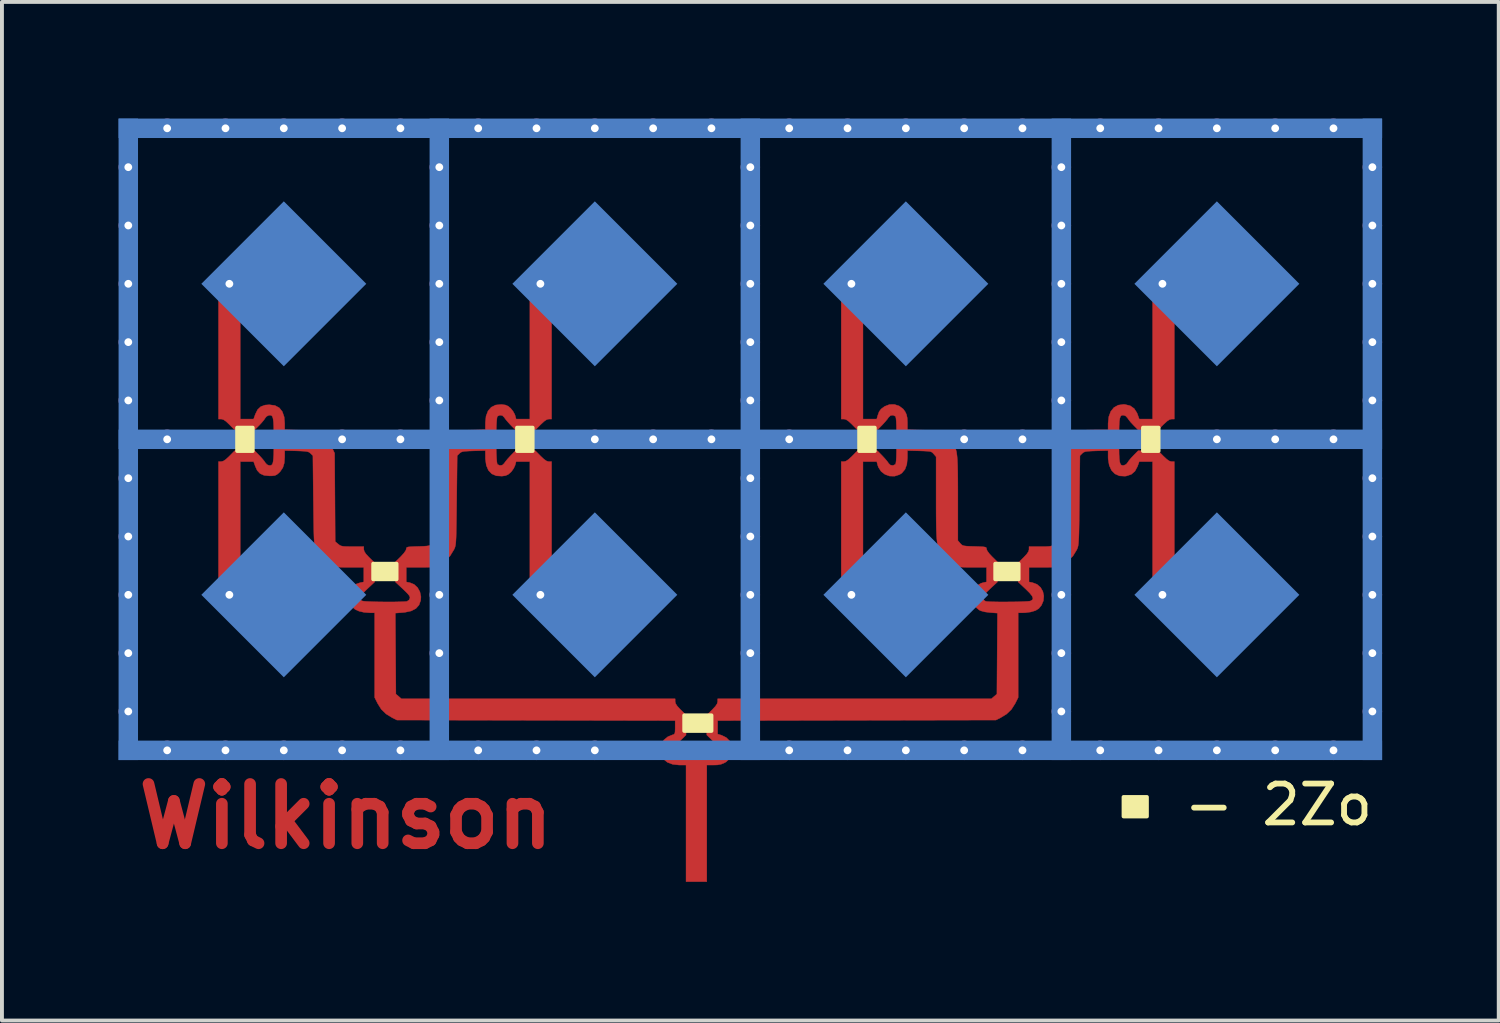
<source format=kicad_pcb>
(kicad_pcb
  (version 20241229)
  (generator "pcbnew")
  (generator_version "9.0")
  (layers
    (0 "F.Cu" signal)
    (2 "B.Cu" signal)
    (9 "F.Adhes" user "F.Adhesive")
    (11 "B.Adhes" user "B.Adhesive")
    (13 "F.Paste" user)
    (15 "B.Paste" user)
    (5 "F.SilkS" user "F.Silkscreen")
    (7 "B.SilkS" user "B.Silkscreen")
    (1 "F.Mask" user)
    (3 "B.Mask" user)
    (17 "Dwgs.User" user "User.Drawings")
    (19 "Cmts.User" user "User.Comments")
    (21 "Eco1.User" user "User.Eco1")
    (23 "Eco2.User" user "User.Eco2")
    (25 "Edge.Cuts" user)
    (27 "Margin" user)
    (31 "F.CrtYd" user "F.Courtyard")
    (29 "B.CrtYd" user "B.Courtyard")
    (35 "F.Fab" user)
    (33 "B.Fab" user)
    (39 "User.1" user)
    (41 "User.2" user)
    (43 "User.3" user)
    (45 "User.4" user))
  (footprint "Wilkinson"
    (layer "F.Cu")
    (at 14.85 11.95)
    (property "Reference" "Wilkinson" (at -9 6 0) (layer "F.Cu") (effects (font (size 1.524 1.524) (thickness 0.3))))
    (attr through_hole)
    (fp_poly (pts (xy -11.721 -4.221) (xy -11.377 -4.221) (xy -11.332 -4.346) (xy -11.274 -4.464) (xy -11.192 -4.541) (xy -11.081 -4.581) (xy -10.971 -4.589) (xy -10.828 -4.57) (xy -10.716 -4.51) (xy -10.638 -4.412) (xy -10.591 -4.275) (xy -10.577 -4.113) (xy -10.577 -3.946) (xy -10.202 -3.936) (xy -10.051 -3.932) (xy -9.94 -3.926) (xy -9.86 -3.917) (xy -9.8 -3.904) (xy -9.75 -3.886) (xy -9.72 -3.87) (xy -9.562 -3.759) (xy -9.431 -3.61) (xy -9.36 -3.485) (xy -9.293 -3.343) (xy -9.285 -2.207) (xy -9.278 -1.07) (xy -9.201 -1.006) (xy -9.164 -0.977) (xy -9.127 -0.959) (xy -9.078 -0.948) (xy -9.005 -0.943) (xy -8.899 -0.941) (xy -8.833 -0.941) (xy -8.543 -0.941) (xy -8.543 -0.87) (xy -8.53 -0.817) (xy -8.489 -0.753) (xy -8.412 -0.67) (xy -8.403 -0.661) (xy -8.263 -0.523) (xy -8.263 -0.03) (xy -8.454 0.148) (xy -8.557 0.25) (xy -8.62 0.328) (xy -8.643 0.386) (xy -8.63 0.428) (xy -8.581 0.458) (xy -8.579 0.458) (xy -8.535 0.465) (xy -8.45 0.471) (xy -8.333 0.476) (xy -8.195 0.48) (xy -8.044 0.482) (xy -7.89 0.483) (xy -7.744 0.482) (xy -7.614 0.479) (xy -7.511 0.475) (xy -7.444 0.47) (xy -7.43 0.467) (xy -7.379 0.432) (xy -7.358 0.391) (xy -7.356 0.358) (xy -7.373 0.321) (xy -7.413 0.271) (xy -7.483 0.201) (xy -7.536 0.15) (xy -7.729 -0.03) (xy -7.729 -0.548) (xy -7.589 -0.686) (xy -7.512 -0.771) (xy -7.463 -0.84) (xy -7.45 -0.881) (xy -7.447 -0.904) (xy -7.435 -0.92) (xy -7.403 -0.931) (xy -7.345 -0.937) (xy -7.25 -0.942) (xy -7.145 -0.945) (xy -7.014 -0.949) (xy -6.924 -0.955) (xy -6.864 -0.965) (xy -6.824 -0.979) (xy -6.793 -1.001) (xy -6.783 -1.011) (xy -6.725 -1.069) (xy -6.712 -2.219) (xy -6.709 -2.491) (xy -6.706 -2.717) (xy -6.704 -2.902) (xy -6.7 -3.05) (xy -6.697 -3.167) (xy -6.692 -3.256) (xy -6.687 -3.324) (xy -6.68 -3.375) (xy -6.671 -3.413) (xy -6.661 -3.444) (xy -6.648 -3.473) (xy -6.643 -3.483) (xy -6.539 -3.652) (xy -6.41 -3.781) (xy -6.302 -3.853) (xy -6.246 -3.882) (xy -6.197 -3.903) (xy -6.143 -3.917) (xy -6.073 -3.926) (xy -5.978 -3.932) (xy -5.846 -3.936) (xy -5.791 -3.937) (xy -5.416 -3.946) (xy -5.415 -4.128) (xy -5.398 -4.297) (xy -5.347 -4.43) (xy -5.264 -4.526) (xy -5.151 -4.582) (xy -5.009 -4.596) (xy -4.989 -4.595) (xy -4.896 -4.582) (xy -4.828 -4.551) (xy -4.766 -4.499) (xy -4.706 -4.425) (xy -4.66 -4.343) (xy -4.651 -4.317) (xy -4.625 -4.221) (xy -4.271 -4.221) (xy -4.271 -7.678) (xy -3.712 -7.678) (xy -3.712 -4.221) (xy -3.783 -4.221) (xy -3.836 -4.208) (xy -3.9 -4.166) (xy -3.983 -4.089) (xy -3.992 -4.081) (xy -4.13 -3.941) (xy -4.642 -3.941) (xy -4.772 -4.074) (xy -4.84 -4.149) (xy -4.897 -4.217) (xy -4.93 -4.264) (xy -4.931 -4.265) (xy -4.978 -4.311) (xy -5.044 -4.321) (xy -5.104 -4.293) (xy -5.105 -4.292) (xy -5.116 -4.257) (xy -5.124 -4.179) (xy -5.131 -4.069) (xy -5.135 -3.935) (xy -5.137 -3.785) (xy -5.138 -3.629) (xy -5.136 -3.476) (xy -5.133 -3.334) (xy -5.127 -3.212) (xy -5.12 -3.12) (xy -5.11 -3.065) (xy -5.105 -3.056) (xy -5.046 -3.027) (xy -4.98 -3.036) (xy -4.931 -3.081) (xy -4.931 -3.083) (xy -4.898 -3.129) (xy -4.842 -3.197) (xy -4.773 -3.272) (xy -4.772 -3.274) (xy -4.642 -3.407) (xy -4.13 -3.407) (xy -3.992 -3.267) (xy -3.906 -3.187) (xy -3.841 -3.142) (xy -3.787 -3.127) (xy -3.783 -3.127) (xy -3.712 -3.127) (xy -3.712 0.331) (xy -4.271 0.331) (xy -4.271 -3.127) (xy -4.625 -3.127) (xy -4.651 -3.031) (xy -4.687 -2.953) (xy -4.743 -2.873) (xy -4.766 -2.849) (xy -4.833 -2.793) (xy -4.902 -2.765) (xy -4.989 -2.753) (xy -5.134 -2.762) (xy -5.251 -2.812) (xy -5.337 -2.903) (xy -5.392 -3.032) (xy -5.415 -3.197) (xy -5.415 -3.225) (xy -5.416 -3.411) (xy -5.72 -3.403) (xy -5.851 -3.398) (xy -5.942 -3.392) (xy -6.002 -3.383) (xy -6.042 -3.368) (xy -6.072 -3.347) (xy -6.082 -3.336) (xy -6.14 -3.279) (xy -6.153 -2.129) (xy -6.156 -1.857) (xy -6.159 -1.631) (xy -6.162 -1.446) (xy -6.165 -1.298) (xy -6.168 -1.182) (xy -6.173 -1.092) (xy -6.178 -1.024) (xy -6.185 -0.973) (xy -6.194 -0.935) (xy -6.204 -0.904) (xy -6.217 -0.876) (xy -6.223 -0.864) (xy -6.323 -0.701) (xy -6.443 -0.577) (xy -6.59 -0.485) (xy -6.654 -0.454) (xy -6.709 -0.432) (xy -6.766 -0.418) (xy -6.836 -0.411) (xy -6.931 -0.408) (xy -7.063 -0.407) (xy -7.098 -0.407) (xy -7.45 -0.407) (xy -7.45 -0.031) (xy -7.36 -0.014) (xy -7.249 0.031) (xy -7.16 0.113) (xy -7.099 0.223) (xy -7.073 0.349) (xy -7.079 0.442) (xy -7.122 0.562) (xy -7.203 0.653) (xy -7.323 0.715) (xy -7.485 0.75) (xy -7.542 0.756) (xy -7.731 0.77) (xy -7.724 1.811) (xy -7.717 2.852) (xy -7.645 2.913) (xy -7.574 2.975) (xy -0.534 2.975) (xy -0.534 3.046) (xy -0.521 3.099) (xy -0.48 3.162) (xy -0.403 3.246) (xy -0.394 3.254) (xy -0.254 3.393) (xy -0.254 3.905) (xy -0.379 4.027) (xy -0.451 4.095) (xy -0.519 4.15) (xy -0.563 4.179) (xy -0.614 4.228) (xy -0.633 4.295) (xy -0.612 4.358) (xy -0.609 4.362) (xy -0.573 4.375) (xy -0.496 4.385) (xy -0.385 4.393) (xy -0.25 4.399) (xy -0.1 4.402) (xy 0.057 4.403) (xy 0.211 4.401) (xy 0.353 4.396) (xy 0.476 4.389) (xy 0.569 4.38) (xy 0.624 4.368) (xy 0.634 4.362) (xy 0.658 4.299) (xy 0.642 4.232) (xy 0.592 4.181) (xy 0.588 4.179) (xy 0.539 4.146) (xy 0.471 4.089) (xy 0.404 4.027) (xy 0.28 3.905) (xy 0.28 3.393) (xy 0.42 3.254) (xy 0.5 3.169) (xy 0.544 3.104) (xy 0.559 3.05) (xy 0.559 3.046) (xy 0.559 2.975) (xy 7.599 2.975) (xy 7.671 2.913) (xy 7.742 2.852) (xy 7.749 1.811) (xy 7.756 0.77) (xy 7.564 0.756) (xy 7.432 0.739) (xy 7.328 0.711) (xy 7.29 0.693) (xy 7.188 0.609) (xy 7.124 0.503) (xy 7.097 0.387) (xy 7.105 0.27) (xy 7.148 0.16) (xy 7.223 0.068) (xy 7.329 0.004) (xy 7.397 -0.016) (xy 7.475 -0.032) (xy 7.475 -0.407) (xy 7.121 -0.407) (xy 6.98 -0.407) (xy 6.878 -0.41) (xy 6.804 -0.416) (xy 6.746 -0.428) (xy 6.693 -0.447) (xy 6.633 -0.476) (xy 6.607 -0.49) (xy 6.459 -0.586) (xy 6.353 -0.697) (xy 6.313 -0.751) (xy 6.28 -0.804) (xy 6.253 -0.859) (xy 6.231 -0.921) (xy 6.214 -0.996) (xy 6.201 -1.09) (xy 6.191 -1.205) (xy 6.185 -1.349) (xy 6.181 -1.525) (xy 6.179 -1.739) (xy 6.178 -1.995) (xy 6.178 -2.18) (xy 6.178 -3.252) (xy 6.117 -3.323) (xy 6.089 -3.353) (xy 6.06 -3.374) (xy 6.02 -3.387) (xy 5.958 -3.394) (xy 5.865 -3.399) (xy 5.748 -3.403) (xy 5.441 -3.411) (xy 5.441 -3.225) (xy 5.425 -3.057) (xy 5.378 -2.928) (xy 5.298 -2.832) (xy 5.238 -2.793) (xy 5.112 -2.752) (xy 4.984 -2.755) (xy 4.864 -2.797) (xy 4.764 -2.874) (xy 4.694 -2.982) (xy 4.677 -3.031) (xy 4.651 -3.127) (xy 4.297 -3.127) (xy 4.297 0.331) (xy 3.738 0.331) (xy 3.738 -3.127) (xy 3.808 -3.127) (xy 3.861 -3.14) (xy 3.925 -3.182) (xy 4.009 -3.259) (xy 4.017 -3.267) (xy 4.155 -3.407) (xy 4.667 -3.407) (xy 4.797 -3.274) (xy 4.866 -3.199) (xy 4.923 -3.131) (xy 4.956 -3.084) (xy 4.956 -3.083) (xy 5.004 -3.037) (xy 5.069 -3.027) (xy 5.129 -3.055) (xy 5.131 -3.056) (xy 5.142 -3.084) (xy 5.15 -3.147) (xy 5.156 -3.247) (xy 5.159 -3.39) (xy 5.161 -3.578) (xy 5.161 -3.674) (xy 5.16 -3.883) (xy 5.158 -4.044) (xy 5.153 -4.163) (xy 5.146 -4.241) (xy 5.136 -4.284) (xy 5.131 -4.292) (xy 5.071 -4.321) (xy 5.006 -4.312) (xy 4.957 -4.267) (xy 4.956 -4.265) (xy 4.924 -4.219) (xy 4.867 -4.151) (xy 4.799 -4.076) (xy 4.797 -4.074) (xy 4.667 -3.941) (xy 4.155 -3.941) (xy 4.017 -4.081) (xy 3.932 -4.161) (xy 3.866 -4.206) (xy 3.813 -4.221) (xy 3.808 -4.221) (xy 3.738 -4.221) (xy 3.738 -7.678) (xy 4.297 -7.678) (xy 4.297 -4.221) (xy 4.651 -4.221) (xy 4.678 -4.316) (xy 4.713 -4.412) (xy 4.765 -4.481) (xy 4.848 -4.542) (xy 4.857 -4.548) (xy 4.979 -4.595) (xy 5.106 -4.597) (xy 5.227 -4.558) (xy 5.331 -4.48) (xy 5.383 -4.409) (xy 5.417 -4.335) (xy 5.435 -4.25) (xy 5.441 -4.136) (xy 5.441 -4.128) (xy 5.441 -3.946) (xy 5.816 -3.937) (xy 5.963 -3.933) (xy 6.07 -3.928) (xy 6.147 -3.921) (xy 6.205 -3.909) (xy 6.255 -3.89) (xy 6.307 -3.864) (xy 6.329 -3.852) (xy 6.43 -3.783) (xy 6.526 -3.696) (xy 6.564 -3.653) (xy 6.603 -3.602) (xy 6.636 -3.553) (xy 6.664 -3.502) (xy 6.685 -3.444) (xy 6.703 -3.374) (xy 6.715 -3.287) (xy 6.725 -3.178) (xy 6.731 -3.042) (xy 6.735 -2.874) (xy 6.737 -2.669) (xy 6.738 -2.422) (xy 6.738 -2.183) (xy 6.738 -1.096) (xy 6.799 -1.025) (xy 6.827 -0.995) (xy 6.856 -0.974) (xy 6.896 -0.961) (xy 6.958 -0.953) (xy 7.052 -0.948) (xy 7.168 -0.945) (xy 7.297 -0.941) (xy 7.384 -0.936) (xy 7.436 -0.929) (xy 7.464 -0.918) (xy 7.474 -0.9) (xy 7.475 -0.881) (xy 7.494 -0.831) (xy 7.548 -0.758) (xy 7.615 -0.686) (xy 7.755 -0.548) (xy 7.755 -0.03) (xy 7.561 0.15) (xy 7.473 0.235) (xy 7.417 0.295) (xy 7.388 0.339) (xy 7.38 0.373) (xy 7.383 0.391) (xy 7.417 0.445) (xy 7.456 0.467) (xy 7.506 0.473) (xy 7.597 0.478) (xy 7.717 0.481) (xy 7.858 0.483) (xy 8.01 0.482) (xy 8.163 0.481) (xy 8.308 0.478) (xy 8.434 0.473) (xy 8.532 0.468) (xy 8.593 0.461) (xy 8.605 0.458) (xy 8.655 0.428) (xy 8.669 0.387) (xy 8.646 0.329) (xy 8.584 0.252) (xy 8.482 0.15) (xy 8.479 0.148) (xy 8.289 -0.03) (xy 8.289 -0.523) (xy 8.429 -0.661) (xy 8.509 -0.747) (xy 8.553 -0.812) (xy 8.568 -0.865) (xy 8.568 -0.87) (xy 8.568 -0.941) (xy 8.859 -0.941) (xy 8.986 -0.941) (xy 9.073 -0.945) (xy 9.131 -0.953) (xy 9.173 -0.968) (xy 9.208 -0.991) (xy 9.226 -1.006) (xy 9.303 -1.07) (xy 9.311 -2.207) (xy 9.318 -3.343) (xy 9.385 -3.486) (xy 9.482 -3.641) (xy 9.61 -3.773) (xy 9.757 -3.869) (xy 9.808 -3.89) (xy 9.878 -3.913) (xy 9.955 -3.928) (xy 10.051 -3.937) (xy 10.178 -3.94) (xy 10.273 -3.941) (xy 10.602 -3.941) (xy 10.602 -4.111) (xy 10.62 -4.281) (xy 10.671 -4.418) (xy 10.752 -4.518) (xy 10.862 -4.579) (xy 10.997 -4.598) (xy 11.036 -4.596) (xy 11.171 -4.563) (xy 11.273 -4.491) (xy 11.345 -4.379) (xy 11.358 -4.346) (xy 11.403 -4.221) (xy 11.747 -4.221) (xy 11.747 -7.678) (xy 12.306 -7.678) (xy 12.306 -4.221) (xy 12.235 -4.221) (xy 12.182 -4.208) (xy 12.118 -4.166) (xy 12.035 -4.089) (xy 12.026 -4.081) (xy 11.888 -3.941) (xy 11.376 -3.941) (xy 11.254 -4.065) (xy 11.186 -4.138) (xy 11.131 -4.206) (xy 11.101 -4.25) (xy 11.056 -4.299) (xy 11.01 -4.318) (xy 10.971 -4.32) (xy 10.941 -4.311) (xy 10.919 -4.284) (xy 10.903 -4.234) (xy 10.892 -4.155) (xy 10.886 -4.043) (xy 10.883 -3.892) (xy 10.882 -3.695) (xy 10.882 -3.674) (xy 10.883 -3.473) (xy 10.885 -3.318) (xy 10.891 -3.202) (xy 10.901 -3.121) (xy 10.917 -3.068) (xy 10.939 -3.039) (xy 10.968 -3.028) (xy 11.006 -3.029) (xy 11.01 -3.03) (xy 11.068 -3.058) (xy 11.101 -3.098) (xy 11.134 -3.147) (xy 11.191 -3.216) (xy 11.254 -3.283) (xy 11.376 -3.407) (xy 11.888 -3.407) (xy 12.026 -3.267) (xy 12.112 -3.187) (xy 12.177 -3.142) (xy 12.231 -3.127) (xy 12.235 -3.127) (xy 12.306 -3.127) (xy 12.306 0.331) (xy 11.747 0.331) (xy 11.747 -3.127) (xy 11.403 -3.127) (xy 11.358 -3.002) (xy 11.293 -2.88) (xy 11.199 -2.799) (xy 11.072 -2.757) (xy 11.034 -2.752) (xy 10.894 -2.76) (xy 10.779 -2.811) (xy 10.69 -2.902) (xy 10.631 -3.03) (xy 10.604 -3.191) (xy 10.602 -3.239) (xy 10.602 -3.411) (xy 10.298 -3.403) (xy 10.167 -3.398) (xy 10.076 -3.392) (xy 10.016 -3.383) (xy 9.976 -3.368) (xy 9.946 -3.347) (xy 9.936 -3.336) (xy 9.878 -3.279) (xy 9.865 -2.129) (xy 9.862 -1.856) (xy 9.859 -1.63) (xy 9.856 -1.444) (xy 9.853 -1.296) (xy 9.849 -1.178) (xy 9.844 -1.088) (xy 9.839 -1.019) (xy 9.832 -0.967) (xy 9.823 -0.928) (xy 9.813 -0.896) (xy 9.8 -0.867) (xy 9.799 -0.863) (xy 9.697 -0.697) (xy 9.56 -0.565) (xy 9.427 -0.484) (xy 9.363 -0.453) (xy 9.308 -0.432) (xy 9.252 -0.418) (xy 9.181 -0.411) (xy 9.085 -0.408) (xy 8.953 -0.407) (xy 8.92 -0.407) (xy 8.568 -0.407) (xy 8.568 -0.031) (xy 8.655 -0.015) (xy 8.774 0.03) (xy 8.865 0.109) (xy 8.924 0.212) (xy 8.949 0.329) (xy 8.938 0.451) (xy 8.889 0.568) (xy 8.819 0.653) (xy 8.736 0.704) (xy 8.617 0.74) (xy 8.474 0.76) (xy 8.409 0.762) (xy 8.289 0.763) (xy 8.289 2.941) (xy 8.211 3.097) (xy 8.115 3.248) (xy 7.991 3.367) (xy 7.832 3.464) (xy 7.717 3.521) (xy 0.559 3.535) (xy 0.559 3.882) (xy 0.658 3.911) (xy 0.779 3.97) (xy 0.868 4.058) (xy 0.922 4.165) (xy 0.941 4.282) (xy 0.924 4.4) (xy 0.87 4.507) (xy 0.777 4.597) (xy 0.737 4.62) (xy 0.649 4.657) (xy 0.551 4.675) (xy 0.454 4.678) (xy 0.28 4.678) (xy 0.28 7.678) (xy -0.254 7.678) (xy -0.254 4.678) (xy -0.428 4.678) (xy -0.596 4.66) (xy -0.732 4.609) (xy -0.833 4.527) (xy -0.895 4.416) (xy -0.915 4.288) (xy -0.892 4.15) (xy -0.826 4.035) (xy -0.721 3.949) (xy -0.604 3.902) (xy -0.567 3.89) (xy -0.546 3.869) (xy -0.537 3.827) (xy -0.534 3.752) (xy -0.534 3.71) (xy -0.534 3.535) (xy -4.113 3.528) (xy -7.691 3.521) (xy -7.806 3.464) (xy -7.969 3.364) (xy -8.093 3.244) (xy -8.185 3.097) (xy -8.263 2.941) (xy -8.263 0.763) (xy -8.384 0.762) (xy -8.533 0.751) (xy -8.664 0.721) (xy -8.763 0.676) (xy -8.793 0.653) (xy -8.876 0.547) (xy -8.918 0.428) (xy -8.922 0.306) (xy -8.89 0.191) (xy -8.825 0.092) (xy -8.729 0.019) (xy -8.629 -0.015) (xy -8.543 -0.031) (xy -8.543 -0.407) (xy -8.895 -0.407) (xy -9.036 -0.407) (xy -9.139 -0.41) (xy -9.213 -0.416) (xy -9.272 -0.429) (xy -9.326 -0.448) (xy -9.387 -0.477) (xy -9.402 -0.484) (xy -9.569 -0.592) (xy -9.698 -0.732) (xy -9.773 -0.863) (xy -9.786 -0.892) (xy -9.797 -0.924) (xy -9.805 -0.962) (xy -9.813 -1.012) (xy -9.818 -1.078) (xy -9.823 -1.166) (xy -9.827 -1.28) (xy -9.83 -1.425) (xy -9.833 -1.606) (xy -9.836 -1.827) (xy -9.839 -2.094) (xy -9.84 -2.129) (xy -9.852 -3.279) (xy -9.91 -3.336) (xy -9.939 -3.361) (xy -9.974 -3.378) (xy -10.026 -3.389) (xy -10.104 -3.396) (xy -10.219 -3.401) (xy -10.273 -3.403) (xy -10.577 -3.411) (xy -10.577 -3.243) (xy -10.588 -3.091) (xy -10.624 -2.973) (xy -10.69 -2.874) (xy -10.728 -2.835) (xy -10.78 -2.792) (xy -10.831 -2.769) (xy -10.901 -2.76) (xy -10.966 -2.759) (xy -11.106 -2.773) (xy -11.21 -2.819) (xy -11.286 -2.901) (xy -11.332 -3.002) (xy -11.377 -3.127) (xy -11.721 -3.127) (xy -11.721 0.331) (xy -12.28 0.331) (xy -12.28 -3.127) (xy -12.21 -3.127) (xy -12.157 -3.14) (xy -12.093 -3.182) (xy -12.009 -3.259) (xy -12.001 -3.267) (xy -11.863 -3.407) (xy -11.351 -3.407) (xy -11.228 -3.283) (xy -11.161 -3.21) (xy -11.105 -3.142) (xy -11.076 -3.098) (xy -11.031 -3.049) (xy -10.985 -3.03) (xy -10.946 -3.027) (xy -10.916 -3.037) (xy -10.893 -3.064) (xy -10.877 -3.114) (xy -10.867 -3.193) (xy -10.86 -3.305) (xy -10.857 -3.456) (xy -10.857 -3.653) (xy -10.857 -3.674) (xy -10.857 -3.875) (xy -10.86 -4.03) (xy -10.866 -4.146) (xy -10.876 -4.227) (xy -10.891 -4.28) (xy -10.913 -4.309) (xy -10.943 -4.32) (xy -10.98 -4.319) (xy -10.985 -4.318) (xy -11.043 -4.29) (xy -11.076 -4.25) (xy -11.109 -4.201) (xy -11.166 -4.132) (xy -11.228 -4.065) (xy -11.351 -3.941) (xy -11.863 -3.941) (xy -12.001 -4.081) (xy -12.086 -4.161) (xy -12.152 -4.206) (xy -12.205 -4.221) (xy -12.21 -4.221) (xy -12.28 -4.221) (xy -12.28 -7.678) (xy -11.721 -7.678) (xy -11.721 -4.221)) (stroke (width 0.01) (type solid)) (fill yes) (layer "F.Cu"))
    (fp_poly (pts (xy -11 -5.3) (xy -9.9 -4.5) (xy -9.4 -4.5) (xy -8.9 -4) (xy -8.9 -1.4) (xy -8.5 -1.4) (xy -8.5 0.1) (xy -7.5 0.1) (xy -7.5 -1.4) (xy -7.1 -1.4) (xy -7.1 -4) (xy -6.5 -4.5) (xy -5.9 -4.5) (xy -4.9 -5.2) (xy -4.9 -8.6) (xy -3.2 -8.6) (xy -3.2 -4) (xy -3.7 -4.4) (xy -4.8 -4.4) (xy -4.8 -3) (xy -3.7 -3) (xy -3.2 -3.4) (xy -3.2 1.1) (xy -4.7 1.1) (xy -4.7 -2.1) (xy -5.7 -2.7) (xy -5.7 -0.6) (xy -7.2 1.5) (xy -7.2 2.6) (xy -0.5 2.6) (xy -0.5 4) (xy 0.6 4) (xy 0.6 2.6) (xy 7.2 2.6) (xy 7.2 1.6) (xy 5.8 -0.6) (xy 5.8 -2.8) (xy 4.8 -2.1) (xy 4.8 1) (xy 3.1 1) (xy 3.1 -3.4) (xy 3.7 -3) (xy 4.8 -3) (xy 4.8 -4.4) (xy 3.7 -4.4) (xy 3.1 -4) (xy 3.1 -8.5) (xy 5 -8.5) (xy 5 -5.2) (xy 5.9 -4.5) (xy 6.5 -4.5) (xy 7.2 -3.8) (xy 7.2 -1.3) (xy 7.5 -1.3) (xy 7.5 0.1) (xy 8.5 0.1) (xy 8.5 -1.3) (xy 8.9 -1.3) (xy 8.9 -3.6) (xy 9.6 -4.3) (xy 10.2 -4.3) (xy 11 -5.2) (xy 11 -8.4) (xy 13.1 -8.4) (xy 13.1 -4) (xy 12.3 -4.4) (xy 11.2 -4.4) (xy 11.2 -3) (xy 12.3 -3) (xy 13.1 -3.4) (xy 13.1 1.2) (xy 11.2 1.2) (xy 11.2 -2.2) (xy 10.3 -2.6) (xy 10.3 -0.7) (xy 8.8 1.6) (xy 8.8 3.7) (xy 8.3 4.2) (xy 1.8 4.2) (xy 0.69 5.2) (xy 0.69 8.2) (xy -0.69 8.2) (xy -0.69 5.16) (xy -1.7 4.1) (xy -8.1 4.1) (xy -8.9 3.3) (xy -8.9 1.2) (xy -10.2 -0.6) (xy -10.2 -2.7) (xy -11.1 -2.1) (xy -11.1 1.1) (xy -13 1.1) (xy -13 -3.4) (xy -12.4 -3) (xy -11.2 -3) (xy -11.2 -4.4) (xy -12.4 -4.4) (xy -13 -4) (xy -13 -8.6) (xy -11 -8.6)) (stroke (width 0.1) (type solid)) (fill yes) (layer "F.Mask"))
    (fp_poly (pts (xy 17.4 4.3) (xy -14.6 4.3) (xy -14.6 -11.7) (xy 17.4 -11.7)) (stroke (width 0.1) (type solid)) (fill yes) (layer "B.Mask"))
    (fp_poly (pts (xy -11.4 -3.4) (xy -11.8 -3.4) (xy -11.8 -4) (xy -11.4 -4)) (stroke (width 0.1) (type solid)) (fill yes) (layer "F.SilkS"))
    (fp_poly (pts (xy -7.7 -0.1) (xy -8.3 -0.1) (xy -8.3 -0.5) (xy -7.7 -0.5)) (stroke (width 0.1) (type solid)) (fill yes) (layer "F.SilkS"))
    (fp_poly (pts (xy -4.2 -3.4) (xy -4.6 -3.4) (xy -4.6 -4) (xy -4.2 -4)) (stroke (width 0.1) (type solid)) (fill yes) (layer "F.SilkS"))
    (fp_poly (pts (xy 0.4 3.8) (xy -0.3 3.8) (xy -0.3 3.4) (xy 0.4 3.4)) (stroke (width 0.1) (type solid)) (fill yes) (layer "F.SilkS"))
    (fp_poly (pts (xy 4.6 -3.4) (xy 4.2 -3.4) (xy 4.2 -4) (xy 4.6 -4)) (stroke (width 0.1) (type solid)) (fill yes) (layer "F.SilkS"))
    (fp_poly (pts (xy 8.3 -0.1) (xy 7.7 -0.1) (xy 7.7 -0.5) (xy 8.3 -0.5)) (stroke (width 0.1) (type solid)) (fill yes) (layer "F.SilkS"))
    (fp_poly (pts (xy 11.6 6) (xy 11 6) (xy 11 5.5) (xy 11.6 5.5)) (stroke (width 0.1) (type solid)) (fill yes) (layer "F.SilkS"))
    (fp_poly (pts (xy 11.9 -3.4) (xy 11.5 -3.4) (xy 11.5 -4) (xy 11.9 -4)) (stroke (width 0.1) (type solid)) (fill yes) (layer "F.SilkS"))
    (fp_text user " - 2Zo" (at 14.6 5.7 0) (layer "F.SilkS") (effects (font (size 1 1) (thickness 0.15))))
    (pad "1" thru_hole circle (at -14.6 -10.7) (size 0.5 0.5) (drill 0.2) (layers "*.Cu" "*.Mask"))
    (pad "1" smd rect (at -14.6 -3.7) (size 0.5 16.5) (layers "B.Cu" "B.Mask" "B.Paste"))
    (pad "1" thru_hole circle (at -14.6 -2.7) (size 0.5 0.5) (drill 0.2) (layers "*.Cu" "*.Mask"))
    (pad "1" thru_hole circle (at -13.6 -11.7) (size 0.5 0.5) (drill 0.2) (layers "*.Cu" "*.Mask"))
    (pad "1" thru_hole circle (at -12 -7.7) (size 0.5 0.5) (drill 0.2) (layers "*.Cu" "*.Mask"))
    (pad "1" smd rect (at -10.6 -7.7 45) (size 3 3) (layers "B.Cu" "B.Mask" "B.Paste"))
    (pad "1" thru_hole circle (at -5.6 -11.7) (size 0.5 0.5) (drill 0.2) (layers "*.Cu" "*.Mask"))
    (pad "1" smd rect (at 1.4 -11.7) (size 32.5 0.5) (layers "B.Cu" "B.Mask" "B.Paste"))
    (pad "1" thru_hole circle (at 2.4 -11.7) (size 0.5 0.5) (drill 0.2) (layers "*.Cu" "*.Mask"))
    (pad "1" thru_hole circle (at 10.4 -11.7) (size 0.5 0.5) (drill 0.2) (layers "*.Cu" "*.Mask"))
    (pad "2" thru_hole circle (at -12.1 -11.7) (size 0.5 0.5) (drill 0.2) (layers "*.Cu" "*.Mask"))
    (pad "2" thru_hole circle (at -6.6 -10.7) (size 0.5 0.5) (drill 0.2) (layers "*.Cu" "*.Mask"))
    (pad "2" smd rect (at -6.6 -3.7) (size 0.5 16.5) (layers "B.Cu" "B.Mask" "B.Paste"))
    (pad "2" thru_hole circle (at -4.1 -11.7) (size 0.5 0.5) (drill 0.2) (layers "*.Cu" "*.Mask"))
    (pad "2" thru_hole circle (at -4 -7.7) (size 0.5 0.5) (drill 0.2) (layers "*.Cu" "*.Mask"))
    (pad "2" smd rect (at -2.6 -7.7 45) (size 3 3) (layers "B.Cu" "B.Mask" "B.Paste"))
    (pad "2" smd rect (at 1.4 -3.7) (size 32.5 0.5) (layers "B.Cu" "B.Mask" "B.Paste"))
    (pad "2" thru_hole circle (at 3.9 -11.7) (size 0.5 0.5) (drill 0.2) (layers "*.Cu" "*.Mask"))
    (pad "2" thru_hole circle (at 11.9 -11.7) (size 0.5 0.5) (drill 0.2) (layers "*.Cu" "*.Mask"))
    (pad "3" thru_hole circle (at -10.6 -11.7) (size 0.5 0.5) (drill 0.2) (layers "*.Cu" "*.Mask"))
    (pad "3" thru_hole circle (at -2.6 -11.7) (size 0.5 0.5) (drill 0.2) (layers "*.Cu" "*.Mask"))
    (pad "3" thru_hole circle (at 1.4 -10.7) (size 0.5 0.5) (drill 0.2) (layers "*.Cu" "*.Mask"))
    (pad "3" smd rect (at 1.4 -3.7) (size 0.5 16.5) (layers "B.Cu" "B.Mask" "B.Paste"))
    (pad "3" thru_hole circle (at 1.4 -2.7) (size 0.5 0.5) (drill 0.2) (layers "*.Cu" "*.Mask"))
    (pad "3" smd rect (at 1.4 4.3) (size 32.5 0.5) (layers "B.Cu" "B.Mask" "B.Paste"))
    (pad "3" thru_hole circle (at 4 -7.7) (size 0.5 0.5) (drill 0.2) (layers "*.Cu" "*.Mask"))
    (pad "3" thru_hole circle (at 5.4 -11.7) (size 0.5 0.5) (drill 0.2) (layers "*.Cu" "*.Mask"))
    (pad "3" smd rect (at 5.4 -7.7 45) (size 3 3) (layers "B.Cu" "B.Mask" "B.Paste"))
    (pad "3" thru_hole circle (at 13.4 -11.7) (size 0.5 0.5) (drill 0.2) (layers "*.Cu" "*.Mask"))
    (pad "4" thru_hole circle (at -9.1 -11.7) (size 0.5 0.5) (drill 0.2) (layers "*.Cu" "*.Mask"))
    (pad "4" thru_hole circle (at -1.1 -11.7) (size 0.5 0.5) (drill 0.2) (layers "*.Cu" "*.Mask"))
    (pad "4" thru_hole circle (at 6.9 -11.7) (size 0.5 0.5) (drill 0.2) (layers "*.Cu" "*.Mask"))
    (pad "4" thru_hole circle (at 9.4 -10.7) (size 0.5 0.5) (drill 0.2) (layers "*.Cu" "*.Mask"))
    (pad "4" smd rect (at 9.4 -3.7) (size 0.5 16.5) (layers "B.Cu" "B.Mask" "B.Paste"))
    (pad "4" thru_hole circle (at 12 -7.7) (size 0.5 0.5) (drill 0.2) (layers "*.Cu" "*.Mask"))
    (pad "4" smd rect (at 13.4 -7.7 45) (size 3 3) (layers "B.Cu" "B.Mask" "B.Paste"))
    (pad "4" thru_hole circle (at 14.9 -11.7) (size 0.5 0.5) (drill 0.2) (layers "*.Cu" "*.Mask"))
    (pad "5" thru_hole circle (at -12 0.3) (size 0.5 0.5) (drill 0.2) (layers "*.Cu" "*.Mask"))
    (pad "5" smd rect (at -10.6 0.3 45) (size 3 3) (layers "B.Cu" "B.Mask" "B.Paste"))
    (pad "5" thru_hole circle (at -7.6 -11.7) (size 0.5 0.5) (drill 0.2) (layers "*.Cu" "*.Mask"))
    (pad "5" thru_hole circle (at 0.4 -11.7) (size 0.5 0.5) (drill 0.2) (layers "*.Cu" "*.Mask"))
    (pad "5" thru_hole circle (at 8.4 -11.7) (size 0.5 0.5) (drill 0.2) (layers "*.Cu" "*.Mask"))
    (pad "5" thru_hole circle (at 16.4 -11.7) (size 0.5 0.5) (drill 0.2) (layers "*.Cu" "*.Mask"))
    (pad "5" thru_hole circle (at 17.4 -10.7) (size 0.5 0.5) (drill 0.2) (layers "*.Cu" "*.Mask"))
    (pad "5" smd rect (at 17.4 -3.7) (size 0.5 16.5) (layers "B.Cu" "B.Mask" "B.Paste"))
    (pad "5" thru_hole circle (at 17.4 -2.7) (size 0.5 0.5) (drill 0.2) (layers "*.Cu" "*.Mask"))
    (pad "6" thru_hole circle (at -14.6 -9.2) (size 0.5 0.5) (drill 0.2) (layers "*.Cu" "*.Mask"))
    (pad "6" thru_hole circle (at -14.6 -1.2) (size 0.5 0.5) (drill 0.2) (layers "*.Cu" "*.Mask"))
    (pad "6" thru_hole circle (at -13.6 -3.7) (size 0.5 0.5) (drill 0.2) (layers "*.Cu" "*.Mask"))
    (pad "6" thru_hole circle (at -4 0.3) (size 0.5 0.5) (drill 0.2) (layers "*.Cu" "*.Mask"))
    (pad "6" smd rect (at -2.6 0.3 45) (size 3 3) (layers "B.Cu" "B.Mask" "B.Paste"))
    (pad "6" thru_hole circle (at 2.4 -3.7) (size 0.5 0.5) (drill 0.2) (layers "*.Cu" "*.Mask"))
    (pad "7" thru_hole circle (at -6.6 -9.2) (size 0.5 0.5) (drill 0.2) (layers "*.Cu" "*.Mask"))
    (pad "7" thru_hole circle (at 4 0.3) (size 0.5 0.5) (drill 0.2) (layers "*.Cu" "*.Mask"))
    (pad "7" smd rect (at 5.4 0.3 45) (size 3 3) (layers "B.Cu" "B.Mask" "B.Paste"))
    (pad "8" thru_hole circle (at -2.6 -3.7) (size 0.5 0.5) (drill 0.2) (layers "*.Cu" "*.Mask"))
    (pad "8" thru_hole circle (at 1.4 -9.2) (size 0.5 0.5) (drill 0.2) (layers "*.Cu" "*.Mask"))
    (pad "8" thru_hole circle (at 1.4 -1.2) (size 0.5 0.5) (drill 0.2) (layers "*.Cu" "*.Mask"))
    (pad "8" thru_hole circle (at 12 0.3) (size 0.5 0.5) (drill 0.2) (layers "*.Cu" "*.Mask"))
    (pad "8" thru_hole circle (at 13.4 -3.7) (size 0.5 0.5) (drill 0.2) (layers "*.Cu" "*.Mask"))
    (pad "8" smd rect (at 13.4 0.3 45) (size 3 3) (layers "B.Cu" "B.Mask" "B.Paste"))
    (pad "9" thru_hole circle (at -9.1 -3.7) (size 0.5 0.5) (drill 0.2) (layers "*.Cu" "*.Mask"))
    (pad "9" thru_hole circle (at -1.1 -3.7) (size 0.5 0.5) (drill 0.2) (layers "*.Cu" "*.Mask"))
    (pad "9" thru_hole circle (at 6.9 -3.7) (size 0.5 0.5) (drill 0.2) (layers "*.Cu" "*.Mask"))
    (pad "9" thru_hole circle (at 9.4 -9.2) (size 0.5 0.5) (drill 0.2) (layers "*.Cu" "*.Mask"))
    (pad "9" thru_hole circle (at 14.9 -3.7) (size 0.5 0.5) (drill 0.2) (layers "*.Cu" "*.Mask"))
    (pad "10" thru_hole circle (at -7.6 -3.7) (size 0.5 0.5) (drill 0.2) (layers "*.Cu" "*.Mask"))
    (pad "10" thru_hole circle (at 0.4 -3.7) (size 0.5 0.5) (drill 0.2) (layers "*.Cu" "*.Mask"))
    (pad "10" thru_hole circle (at 8.4 -3.7) (size 0.5 0.5) (drill 0.2) (layers "*.Cu" "*.Mask"))
    (pad "10" thru_hole circle (at 16.4 -3.7) (size 0.5 0.5) (drill 0.2) (layers "*.Cu" "*.Mask"))
    (pad "10" thru_hole circle (at 17.4 -9.2) (size 0.5 0.5) (drill 0.2) (layers "*.Cu" "*.Mask"))
    (pad "10" thru_hole circle (at 17.4 -1.2) (size 0.5 0.5) (drill 0.2) (layers "*.Cu" "*.Mask"))
    (pad "11" thru_hole circle (at -14.6 -7.7) (size 0.5 0.5) (drill 0.2) (layers "*.Cu" "*.Mask"))
    (pad "11" thru_hole circle (at -14.6 0.3) (size 0.5 0.5) (drill 0.2) (layers "*.Cu" "*.Mask"))
    (pad "11" thru_hole circle (at -13.6 4.3) (size 0.5 0.5) (drill 0.2) (layers "*.Cu" "*.Mask"))
    (pad "11" thru_hole circle (at -5.6 4.3) (size 0.5 0.5) (drill 0.2) (layers "*.Cu" "*.Mask"))
    (pad "11" thru_hole circle (at 2.4 4.3) (size 0.5 0.5) (drill 0.2) (layers "*.Cu" "*.Mask"))
    (pad "11" thru_hole circle (at 10.4 4.3) (size 0.5 0.5) (drill 0.2) (layers "*.Cu" "*.Mask"))
    (pad "12" thru_hole circle (at -12.1 4.3) (size 0.5 0.5) (drill 0.2) (layers "*.Cu" "*.Mask"))
    (pad "12" thru_hole circle (at -6.6 -7.7) (size 0.5 0.5) (drill 0.2) (layers "*.Cu" "*.Mask"))
    (pad "12" thru_hole circle (at -6.6 0.3) (size 0.5 0.5) (drill 0.2) (layers "*.Cu" "*.Mask"))
    (pad "12" thru_hole circle (at -4.1 4.3) (size 0.5 0.5) (drill 0.2) (layers "*.Cu" "*.Mask"))
    (pad "12" thru_hole circle (at 3.9 4.3) (size 0.5 0.5) (drill 0.2) (layers "*.Cu" "*.Mask"))
    (pad "12" thru_hole circle (at 11.9 4.3) (size 0.5 0.5) (drill 0.2) (layers "*.Cu" "*.Mask"))
    (pad "13" thru_hole circle (at -10.6 4.3) (size 0.5 0.5) (drill 0.2) (layers "*.Cu" "*.Mask"))
    (pad "13" thru_hole circle (at -2.6 4.3) (size 0.5 0.5) (drill 0.2) (layers "*.Cu" "*.Mask"))
    (pad "13" thru_hole circle (at 1.4 -7.7) (size 0.5 0.5) (drill 0.2) (layers "*.Cu" "*.Mask"))
    (pad "13" thru_hole circle (at 1.4 0.3) (size 0.5 0.5) (drill 0.2) (layers "*.Cu" "*.Mask"))
    (pad "13" thru_hole circle (at 5.4 4.3) (size 0.5 0.5) (drill 0.2) (layers "*.Cu" "*.Mask"))
    (pad "13" thru_hole circle (at 13.4 4.3) (size 0.5 0.5) (drill 0.2) (layers "*.Cu" "*.Mask"))
    (pad "14" thru_hole circle (at -9.1 4.3) (size 0.5 0.5) (drill 0.2) (layers "*.Cu" "*.Mask"))
    (pad "14" thru_hole circle (at 6.9 4.3) (size 0.5 0.5) (drill 0.2) (layers "*.Cu" "*.Mask"))
    (pad "14" thru_hole circle (at 9.4 -7.7) (size 0.5 0.5) (drill 0.2) (layers "*.Cu" "*.Mask"))
    (pad "14" thru_hole circle (at 9.4 0.3) (size 0.5 0.5) (drill 0.2) (layers "*.Cu" "*.Mask"))
    (pad "14" thru_hole circle (at 14.9 4.3) (size 0.5 0.5) (drill 0.2) (layers "*.Cu" "*.Mask"))
    (pad "15" thru_hole circle (at -7.6 4.3) (size 0.5 0.5) (drill 0.2) (layers "*.Cu" "*.Mask"))
    (pad "15" thru_hole circle (at 8.4 4.3) (size 0.5 0.5) (drill 0.2) (layers "*.Cu" "*.Mask"))
    (pad "15" thru_hole circle (at 16.4 4.3) (size 0.5 0.5) (drill 0.2) (layers "*.Cu" "*.Mask"))
    (pad "15" thru_hole circle (at 17.4 -7.7) (size 0.5 0.5) (drill 0.2) (layers "*.Cu" "*.Mask"))
    (pad "15" thru_hole circle (at 17.4 0.3) (size 0.5 0.5) (drill 0.2) (layers "*.Cu" "*.Mask"))
    (pad "16" thru_hole circle (at -14.6 -6.2) (size 0.5 0.5) (drill 0.2) (layers "*.Cu" "*.Mask"))
    (pad "16" thru_hole circle (at -14.6 1.8) (size 0.5 0.5) (drill 0.2) (layers "*.Cu" "*.Mask"))
    (pad "17" thru_hole circle (at -6.6 -6.2) (size 0.5 0.5) (drill 0.2) (layers "*.Cu" "*.Mask"))
    (pad "17" thru_hole circle (at -6.6 1.8) (size 0.5 0.5) (drill 0.2) (layers "*.Cu" "*.Mask"))
    (pad "18" thru_hole circle (at 1.4 -6.2) (size 0.5 0.5) (drill 0.2) (layers "*.Cu" "*.Mask"))
    (pad "18" thru_hole circle (at 1.4 1.8) (size 0.5 0.5) (drill 0.2) (layers "*.Cu" "*.Mask"))
    (pad "19" thru_hole circle (at 9.4 -6.2) (size 0.5 0.5) (drill 0.2) (layers "*.Cu" "*.Mask"))
    (pad "19" thru_hole circle (at 9.4 1.8) (size 0.5 0.5) (drill 0.2) (layers "*.Cu" "*.Mask"))
    (pad "20" thru_hole circle (at 17.4 -6.2) (size 0.5 0.5) (drill 0.2) (layers "*.Cu" "*.Mask"))
    (pad "20" thru_hole circle (at 17.4 1.8) (size 0.5 0.5) (drill 0.2) (layers "*.Cu" "*.Mask"))
    (pad "21" thru_hole circle (at -14.6 -4.7) (size 0.5 0.5) (drill 0.2) (layers "*.Cu" "*.Mask"))
    (pad "21" thru_hole circle (at -14.6 3.3) (size 0.5 0.5) (drill 0.2) (layers "*.Cu" "*.Mask"))
    (pad "22" thru_hole circle (at -6.6 -4.7) (size 0.5 0.5) (drill 0.2) (layers "*.Cu" "*.Mask"))
    (pad "23" thru_hole circle (at 1.4 -4.7) (size 0.5 0.5) (drill 0.2) (layers "*.Cu" "*.Mask"))
    (pad "24" thru_hole circle (at 9.4 -4.7) (size 0.5 0.5) (drill 0.2) (layers "*.Cu" "*.Mask"))
    (pad "24" thru_hole circle (at 9.4 3.3) (size 0.5 0.5) (drill 0.2) (layers "*.Cu" "*.Mask"))
    (pad "25" thru_hole circle (at 17.4 -4.7) (size 0.5 0.5) (drill 0.2) (layers "*.Cu" "*.Mask"))
    (pad "25" thru_hole circle (at 17.4 3.3) (size 0.5 0.5) (drill 0.2) (layers "*.Cu" "*.Mask")))
  (gr_rect
    (start -3 -3)
    (end 35.5 23.2)
    (stroke (width 0.1) (type default))
    (fill no)
    (layer "Edge.Cuts")))
</source>
